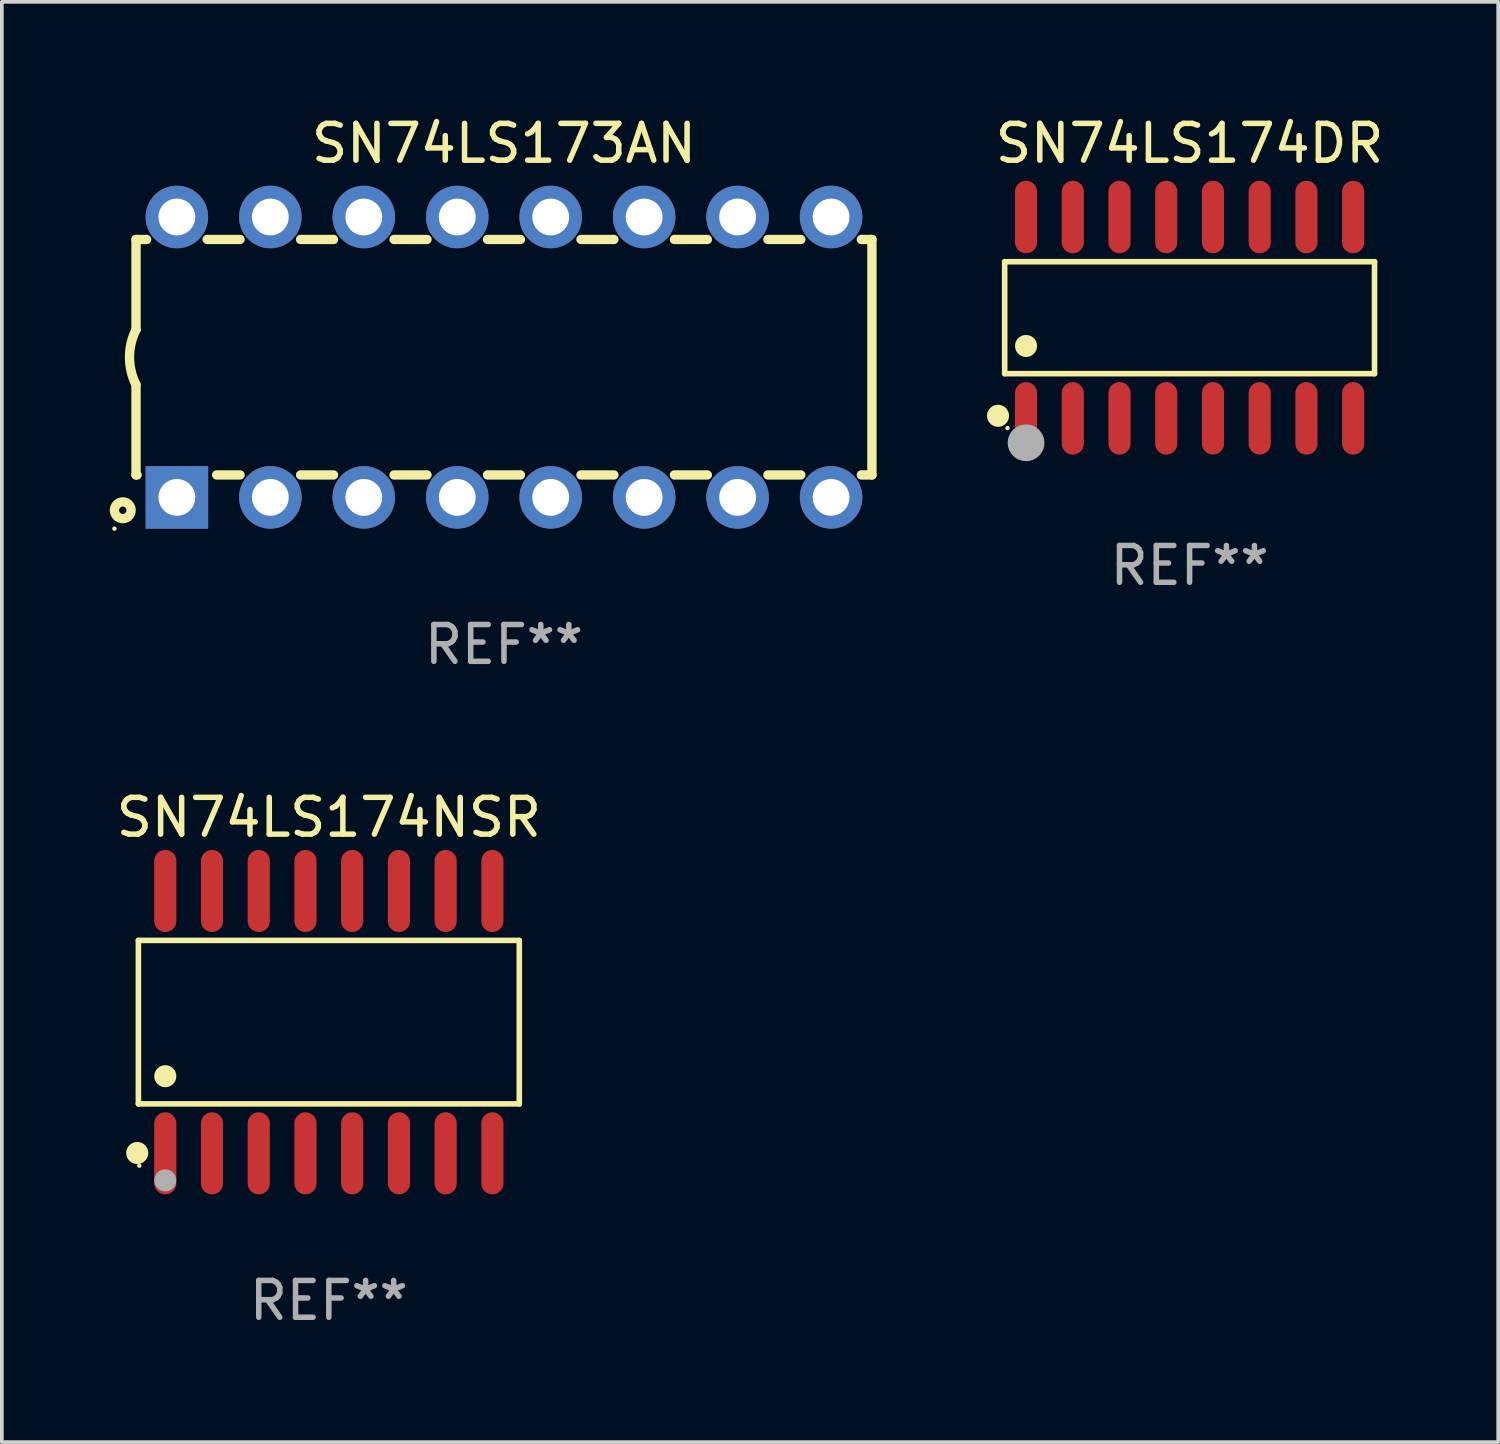
<source format=kicad_pcb>
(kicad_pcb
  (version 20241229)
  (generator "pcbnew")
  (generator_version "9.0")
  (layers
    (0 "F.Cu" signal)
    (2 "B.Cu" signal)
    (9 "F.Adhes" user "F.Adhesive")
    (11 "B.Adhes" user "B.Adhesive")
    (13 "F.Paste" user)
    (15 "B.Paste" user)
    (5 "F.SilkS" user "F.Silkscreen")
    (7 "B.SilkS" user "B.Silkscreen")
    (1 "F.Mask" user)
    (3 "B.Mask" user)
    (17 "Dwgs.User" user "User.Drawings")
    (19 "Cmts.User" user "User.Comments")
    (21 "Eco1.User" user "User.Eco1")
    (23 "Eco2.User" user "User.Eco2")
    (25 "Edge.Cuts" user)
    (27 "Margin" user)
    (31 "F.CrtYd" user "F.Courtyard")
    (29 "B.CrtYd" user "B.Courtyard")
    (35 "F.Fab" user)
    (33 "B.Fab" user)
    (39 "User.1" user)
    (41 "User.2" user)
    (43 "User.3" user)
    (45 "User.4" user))
  (footprint "SN74LS174NSR"
    (layer "F.Cu")
    (at 5.887 24.73)
    (property "Reference" "SN74LS174NSR" (at 0 -5.565 0) (layer "F.SilkS") (effects (font (size 1 1) (thickness 0.15))))
    (attr through_hole)
    (fp_line (start -5.176 -2.221) (end 5.176 -2.221) (stroke (width 0.152) (type solid)) (layer "F.SilkS"))
    (fp_line (start -5.176 2.221) (end -5.176 -2.221) (stroke (width 0.152) (type solid)) (layer "F.SilkS"))
    (fp_line (start 5.176 -2.221) (end 5.176 2.221) (stroke (width 0.152) (type solid)) (layer "F.SilkS"))
    (fp_line (start 5.176 2.221) (end -5.176 2.221) (stroke (width 0.152) (type solid)) (layer "F.SilkS"))
    (fp_circle (center -5.207 3.556) (end -5.057 3.556) (stroke (width 0.3) (type solid)) (fill no) (layer "F.SilkS"))
    (fp_circle (center -5.15 3.9) (end -5.12 3.9) (stroke (width 0.06) (type solid)) (fill no) (layer "F.SilkS"))
    (fp_circle (center -4.445 1.469) (end -4.295 1.469) (stroke (width 0.3) (type solid)) (fill no) (layer "F.SilkS"))
    (fp_circle (center -4.445 4.3) (end -4.295 4.3) (stroke (width 0.3) (type solid)) (fill no) (layer "F.Fab"))
    (fp_text user "REF**" (at 0 7.565 0) (layer "F.Fab") (effects (font (size 1 1) (thickness 0.15))))
    (pad "1" smd oval (at -4.445 3.565) (size 0.602 2.231) (layers "F.Cu" "F.Mask" "F.Paste"))
    (pad "2" smd oval (at -3.175 3.565) (size 0.602 2.231) (layers "F.Cu" "F.Mask" "F.Paste"))
    (pad "3" smd oval (at -1.905 3.565) (size 0.602 2.231) (layers "F.Cu" "F.Mask" "F.Paste"))
    (pad "4" smd oval (at -0.635 3.565) (size 0.602 2.231) (layers "F.Cu" "F.Mask" "F.Paste"))
    (pad "5" smd oval (at 0.635 3.565) (size 0.602 2.231) (layers "F.Cu" "F.Mask" "F.Paste"))
    (pad "6" smd oval (at 1.905 3.565) (size 0.602 2.231) (layers "F.Cu" "F.Mask" "F.Paste"))
    (pad "7" smd oval (at 3.175 3.565) (size 0.602 2.231) (layers "F.Cu" "F.Mask" "F.Paste"))
    (pad "8" smd oval (at 4.445 3.565) (size 0.602 2.231) (layers "F.Cu" "F.Mask" "F.Paste"))
    (pad "9" smd oval (at 4.445 -3.565) (size 0.602 2.231) (layers "F.Cu" "F.Mask" "F.Paste"))
    (pad "10" smd oval (at 3.175 -3.565) (size 0.602 2.231) (layers "F.Cu" "F.Mask" "F.Paste"))
    (pad "11" smd oval (at 1.905 -3.565) (size 0.602 2.231) (layers "F.Cu" "F.Mask" "F.Paste"))
    (pad "12" smd oval (at 0.635 -3.565) (size 0.602 2.231) (layers "F.Cu" "F.Mask" "F.Paste"))
    (pad "13" smd oval (at -0.635 -3.565) (size 0.602 2.231) (layers "F.Cu" "F.Mask" "F.Paste"))
    (pad "14" smd oval (at -1.905 -3.565) (size 0.602 2.231) (layers "F.Cu" "F.Mask" "F.Paste"))
    (pad "15" smd oval (at -3.175 -3.565) (size 0.602 2.231) (layers "F.Cu" "F.Mask" "F.Paste"))
    (pad "16" smd oval (at -4.445 -3.565) (size 0.602 2.231) (layers "F.Cu" "F.Mask" "F.Paste")))
  (footprint "SN74LS174DR"
    (layer "F.Cu")
    (at 29.281 5.584)
    (property "Reference" "SN74LS174DR" (at 0 -4.736 0) (layer "F.SilkS") (effects (font (size 1 1) (thickness 0.15))))
    (attr through_hole)
    (fp_line (start -5.026 -1.521) (end 5.026 -1.521) (stroke (width 0.152) (type solid)) (layer "F.SilkS"))
    (fp_line (start -5.026 1.521) (end -5.026 -1.521) (stroke (width 0.152) (type solid)) (layer "F.SilkS"))
    (fp_line (start 5.026 -1.521) (end 5.026 1.521) (stroke (width 0.152) (type solid)) (layer "F.SilkS"))
    (fp_line (start 5.026 1.521) (end -5.026 1.521) (stroke (width 0.152) (type solid)) (layer "F.SilkS"))
    (fp_circle (center -5.207 2.667) (end -5.057 2.667) (stroke (width 0.3) (type solid)) (fill no) (layer "F.SilkS"))
    (fp_circle (center -4.95 3) (end -4.92 3) (stroke (width 0.06) (type solid)) (fill no) (layer "F.SilkS"))
    (fp_circle (center -4.445 0.769) (end -4.295 0.769) (stroke (width 0.3) (type solid)) (fill no) (layer "F.SilkS"))
    (fp_circle (center -4.445 3.4) (end -4.195 3.4) (stroke (width 0.5) (type solid)) (fill no) (layer "F.Fab"))
    (fp_text user "REF**" (at 0 6.736 0) (layer "F.Fab") (effects (font (size 1 1) (thickness 0.15))))
    (pad "1" smd oval (at -4.445 2.736) (size 0.602 1.971) (layers "F.Cu" "F.Mask" "F.Paste"))
    (pad "2" smd oval (at -3.175 2.736) (size 0.602 1.971) (layers "F.Cu" "F.Mask" "F.Paste"))
    (pad "3" smd oval (at -1.905 2.736) (size 0.602 1.971) (layers "F.Cu" "F.Mask" "F.Paste"))
    (pad "4" smd oval (at -0.635 2.736) (size 0.602 1.971) (layers "F.Cu" "F.Mask" "F.Paste"))
    (pad "5" smd oval (at 0.635 2.736) (size 0.602 1.971) (layers "F.Cu" "F.Mask" "F.Paste"))
    (pad "6" smd oval (at 1.905 2.736) (size 0.602 1.971) (layers "F.Cu" "F.Mask" "F.Paste"))
    (pad "7" smd oval (at 3.175 2.736) (size 0.602 1.971) (layers "F.Cu" "F.Mask" "F.Paste"))
    (pad "8" smd oval (at 4.445 2.736) (size 0.602 1.971) (layers "F.Cu" "F.Mask" "F.Paste"))
    (pad "9" smd oval (at 4.445 -2.736) (size 0.602 1.971) (layers "F.Cu" "F.Mask" "F.Paste"))
    (pad "10" smd oval (at 3.175 -2.736) (size 0.602 1.971) (layers "F.Cu" "F.Mask" "F.Paste"))
    (pad "11" smd oval (at 1.905 -2.736) (size 0.602 1.971) (layers "F.Cu" "F.Mask" "F.Paste"))
    (pad "12" smd oval (at 0.635 -2.736) (size 0.602 1.971) (layers "F.Cu" "F.Mask" "F.Paste"))
    (pad "13" smd oval (at -0.635 -2.736) (size 0.602 1.971) (layers "F.Cu" "F.Mask" "F.Paste"))
    (pad "14" smd oval (at -1.905 -2.736) (size 0.602 1.971) (layers "F.Cu" "F.Mask" "F.Paste"))
    (pad "15" smd oval (at -3.175 -2.736) (size 0.602 1.971) (layers "F.Cu" "F.Mask" "F.Paste"))
    (pad "16" smd oval (at -4.445 -2.736) (size 0.602 1.971) (layers "F.Cu" "F.Mask" "F.Paste")))
  (footprint "SN74LS173AN"
    (layer "F.Cu")
    (at 10.647 6.658)
    (property "Reference" "SN74LS173AN" (at 0 -5.81 0) (layer "F.SilkS") (effects (font (size 1 1) (thickness 0.15))))
    (attr through_hole)
    (fp_line (start -10 -3.2) (end -10 -0.75) (stroke (width 0.254) (type solid)) (layer "F.SilkS"))
    (fp_line (start -10 -3.2) (end -9.713 -3.2) (stroke (width 0.254) (type solid)) (layer "F.SilkS"))
    (fp_line (start -10 3.2) (end -10 0.75) (stroke (width 0.254) (type solid)) (layer "F.SilkS"))
    (fp_line (start -10 3.2) (end -9.971 3.2) (stroke (width 0.254) (type solid)) (layer "F.SilkS"))
    (fp_line (start -8.067 -3.2) (end -7.173 -3.2) (stroke (width 0.254) (type solid)) (layer "F.SilkS"))
    (fp_line (start -7.809 3.2) (end -7.173 3.2) (stroke (width 0.254) (type solid)) (layer "F.SilkS"))
    (fp_line (start -5.527 3.2) (end -4.633 3.2) (stroke (width 0.254) (type solid)) (layer "F.SilkS"))
    (fp_line (start -5.527 -3.2) (end -4.633 -3.2) (stroke (width 0.254) (type solid)) (layer "F.SilkS"))
    (fp_line (start -2.987 3.2) (end -2.093 3.2) (stroke (width 0.254) (type solid)) (layer "F.SilkS"))
    (fp_line (start -2.987 -3.2) (end -2.093 -3.2) (stroke (width 0.254) (type solid)) (layer "F.SilkS"))
    (fp_line (start -0.447 3.2) (end 0.447 3.2) (stroke (width 0.254) (type solid)) (layer "F.SilkS"))
    (fp_line (start -0.447 -3.2) (end 0.447 -3.2) (stroke (width 0.254) (type solid)) (layer "F.SilkS"))
    (fp_line (start 2.093 3.2) (end 2.987 3.2) (stroke (width 0.254) (type solid)) (layer "F.SilkS"))
    (fp_line (start 2.093 -3.2) (end 2.987 -3.2) (stroke (width 0.254) (type solid)) (layer "F.SilkS"))
    (fp_line (start 4.633 3.2) (end 5.527 3.2) (stroke (width 0.254) (type solid)) (layer "F.SilkS"))
    (fp_line (start 4.633 -3.2) (end 5.527 -3.2) (stroke (width 0.254) (type solid)) (layer "F.SilkS"))
    (fp_line (start 7.173 3.2) (end 8.067 3.2) (stroke (width 0.254) (type solid)) (layer "F.SilkS"))
    (fp_line (start 7.173 -3.2) (end 8.067 -3.2) (stroke (width 0.254) (type solid)) (layer "F.SilkS"))
    (fp_line (start 9.713 3.2) (end 10 3.2) (stroke (width 0.254) (type solid)) (layer "F.SilkS"))
    (fp_line (start 9.713 -3.2) (end 10 -3.2) (stroke (width 0.254) (type solid)) (layer "F.SilkS"))
    (fp_line (start 10 -3.2) (end 10 3.2) (stroke (width 0.254) (type solid)) (layer "F.SilkS"))
    (fp_arc (start -10 0.748793) (mid -10.176918 -0.000607) (end -10.000025 -0.750013) (stroke (width 0.254001) (type solid)) (layer "F.SilkS"))
    (fp_circle (center -10.587 4.66) (end -10.557 4.66) (stroke (width 0.06) (type solid)) (fill no) (layer "F.SilkS"))
    (fp_circle (center -10.36 4.16) (end -10.26 4.16) (stroke (width 0.254) (type solid)) (fill no) (layer "F.SilkS"))
    (fp_text user "REF**" (at 0 7.81 0) (layer "F.Fab") (effects (font (size 1 1) (thickness 0.15))))
    (pad "1" thru_hole rect (at -8.89 3.81 90) (size 1.7 1.7) (drill 1) (layers "*.Cu" "*.Mask"))
    (pad "2" thru_hole circle (at -6.35 3.81) (size 1.7 1.7) (drill 1) (layers "*.Cu" "*.Mask"))
    (pad "3" thru_hole circle (at -3.81 3.81) (size 1.7 1.7) (drill 1) (layers "*.Cu" "*.Mask"))
    (pad "4" thru_hole circle (at -1.27 3.81) (size 1.7 1.7) (drill 1) (layers "*.Cu" "*.Mask"))
    (pad "5" thru_hole circle (at 1.27 3.81) (size 1.7 1.7) (drill 1) (layers "*.Cu" "*.Mask"))
    (pad "6" thru_hole circle (at 3.81 3.81) (size 1.7 1.7) (drill 1) (layers "*.Cu" "*.Mask"))
    (pad "7" thru_hole circle (at 6.35 3.81) (size 1.7 1.7) (drill 1) (layers "*.Cu" "*.Mask"))
    (pad "8" thru_hole circle (at 8.89 3.81) (size 1.7 1.7) (drill 1) (layers "*.Cu" "*.Mask"))
    (pad "9" thru_hole circle (at 8.89 -3.81) (size 1.7 1.7) (drill 1) (layers "*.Cu" "*.Mask"))
    (pad "10" thru_hole circle (at 6.35 -3.81) (size 1.7 1.7) (drill 1) (layers "*.Cu" "*.Mask"))
    (pad "11" thru_hole circle (at 3.81 -3.81) (size 1.7 1.7) (drill 1) (layers "*.Cu" "*.Mask"))
    (pad "12" thru_hole circle (at 1.27 -3.81) (size 1.7 1.7) (drill 1) (layers "*.Cu" "*.Mask"))
    (pad "13" thru_hole circle (at -1.27 -3.81) (size 1.7 1.7) (drill 1) (layers "*.Cu" "*.Mask"))
    (pad "14" thru_hole circle (at -3.81 -3.81) (size 1.7 1.7) (drill 1) (layers "*.Cu" "*.Mask"))
    (pad "15" thru_hole circle (at -6.35 -3.81) (size 1.7 1.7) (drill 1) (layers "*.Cu" "*.Mask"))
    (pad "16" thru_hole circle (at -8.89 -3.81) (size 1.7 1.7) (drill 1) (layers "*.Cu" "*.Mask")))
  (gr_rect
    (start -3 -3)
    (end 37.668 36.144)
    (stroke (width 0.1) (type default))
    (fill no)
    (layer "Edge.Cuts")))
</source>
